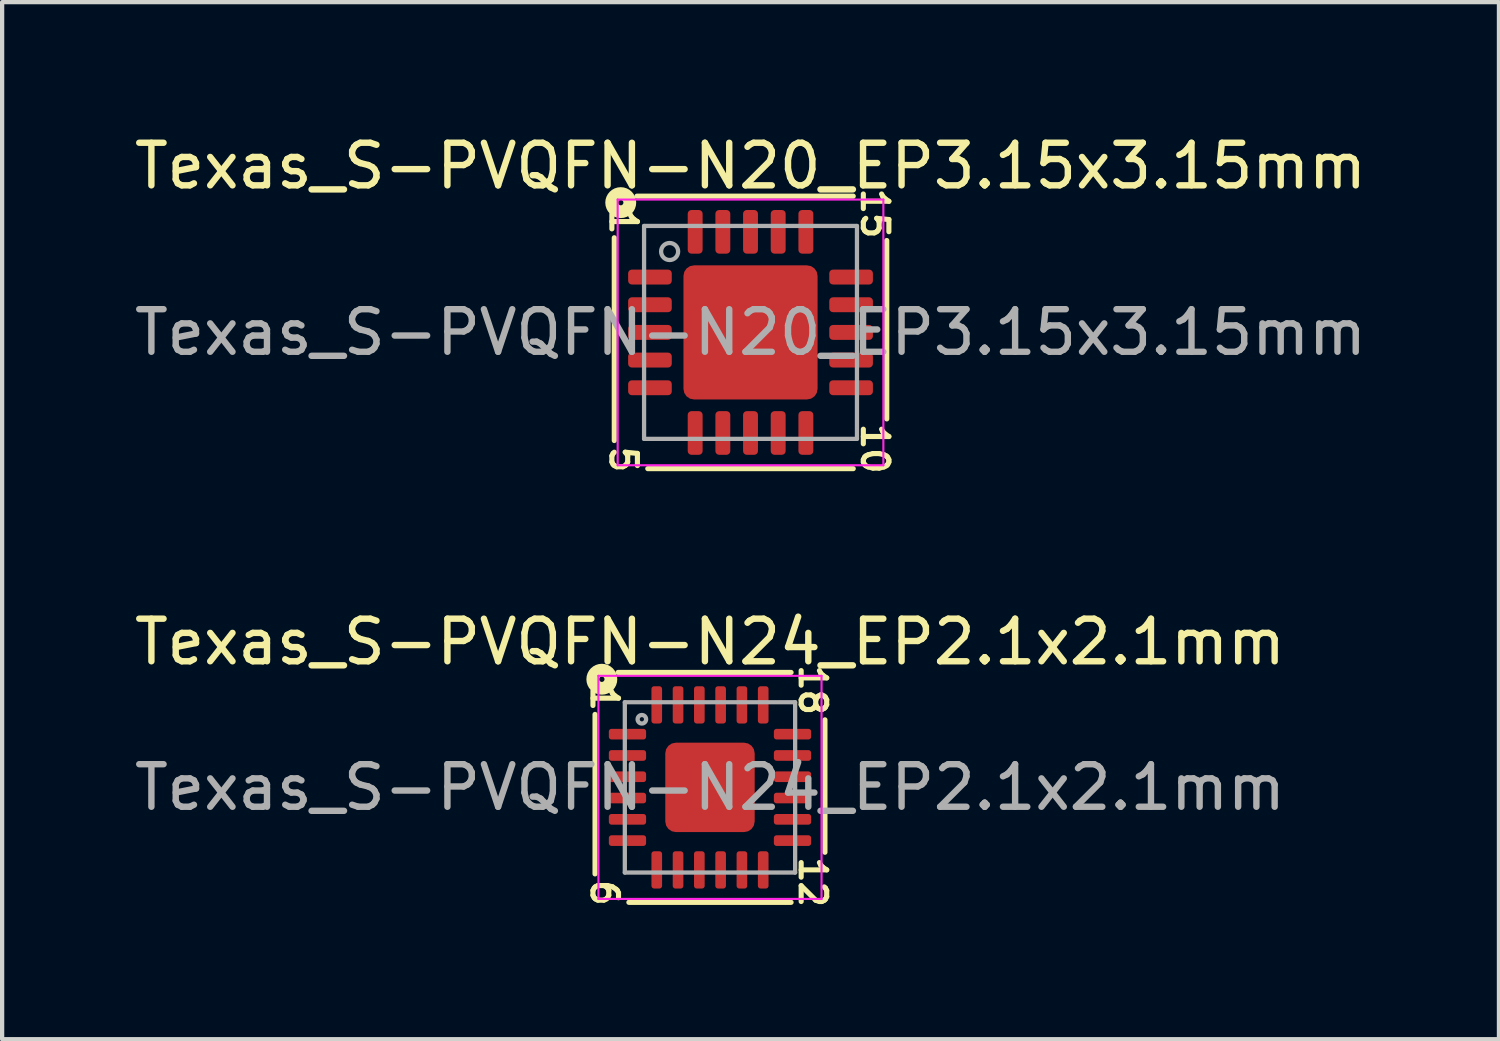
<source format=kicad_pcb>
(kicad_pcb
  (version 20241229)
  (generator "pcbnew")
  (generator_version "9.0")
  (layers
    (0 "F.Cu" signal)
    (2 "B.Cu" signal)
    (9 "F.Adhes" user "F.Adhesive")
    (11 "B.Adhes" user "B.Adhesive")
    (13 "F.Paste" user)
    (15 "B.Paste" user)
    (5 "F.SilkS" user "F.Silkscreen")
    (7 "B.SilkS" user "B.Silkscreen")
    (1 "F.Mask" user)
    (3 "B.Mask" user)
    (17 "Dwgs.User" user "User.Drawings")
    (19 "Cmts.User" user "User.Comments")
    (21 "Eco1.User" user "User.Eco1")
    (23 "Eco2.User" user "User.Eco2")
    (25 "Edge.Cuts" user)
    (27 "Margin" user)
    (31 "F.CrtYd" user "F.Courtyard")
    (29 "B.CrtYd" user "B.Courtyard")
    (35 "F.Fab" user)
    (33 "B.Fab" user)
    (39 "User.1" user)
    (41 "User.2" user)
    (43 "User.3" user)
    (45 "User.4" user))
  (footprint "Texas_S-PVQFN-N20_EP3.15x3.15mm"
    (layer "F.Cu")
    (at 14.577 4.757)
    (property "Reference" "Texas_S-PVQFN-N20_EP3.15x3.15mm" (at 0 -3.909 0) (layer "F.SilkS") (effects (font (size 1 1) (thickness 0.15))))
    (attr smd)
    (fp_line (start -3.2 -2.223) (end -3.2 2.54) (stroke (width 0.12) (type solid)) (layer "F.SilkS"))
    (fp_line (start -2.413 3.2) (end 2.413 3.2) (stroke (width 0.12) (type solid)) (layer "F.SilkS"))
    (fp_line (start 2.413 -3.2) (end -2.667 -3.2) (stroke (width 0.12) (type solid)) (layer "F.SilkS"))
    (fp_line (start 3.2 2.032) (end 3.2 -2.159) (stroke (width 0.12) (type solid)) (layer "F.SilkS"))
    (fp_circle (center -3.048 -3.048) (end -2.985 -3.048) (stroke (width 0.3) (type solid)) (fill no) (layer "F.SilkS"))
    (fp_line (start -3.12 -3.12) (end -3.12 3.12) (stroke (width 0.05) (type solid)) (layer "F.CrtYd"))
    (fp_line (start -3.12 3.12) (end 3.12 3.12) (stroke (width 0.05) (type solid)) (layer "F.CrtYd"))
    (fp_line (start 3.12 -3.12) (end -3.12 -3.12) (stroke (width 0.05) (type solid)) (layer "F.CrtYd"))
    (fp_line (start 3.12 3.12) (end 3.12 -3.12) (stroke (width 0.05) (type solid)) (layer "F.CrtYd"))
    (fp_line (start -2.5 -2.5) (end 2.5 -2.5) (stroke (width 0.1) (type solid)) (layer "F.Fab"))
    (fp_line (start -2.5 2.5) (end -2.5 -2.5) (stroke (width 0.1) (type solid)) (layer "F.Fab"))
    (fp_line (start 2.5 -2.5) (end 2.5 2.5) (stroke (width 0.1) (type solid)) (layer "F.Fab"))
    (fp_line (start 2.5 2.5) (end -2.5 2.5) (stroke (width 0.1) (type solid)) (layer "F.Fab"))
    (fp_circle (center -1.9 -1.9) (end -1.7 -1.9) (stroke (width 0.1) (type solid)) (fill no) (layer "F.Fab"))
    (fp_text user "1" (at -2.985 -2.603 270) (unlocked yes) (layer "F.SilkS") (effects (font (size 0.6 0.6) (thickness 0.12))))
    (fp_text user "10" (at 2.921 2.731 270) (unlocked yes) (layer "F.SilkS") (effects (font (size 0.6 0.6) (thickness 0.12))))
    (fp_text user "5" (at -2.985 2.985 270) (unlocked yes) (layer "F.SilkS") (effects (font (size 0.6 0.6) (thickness 0.12))))
    (fp_text user "15" (at 2.921 -2.794 270) (unlocked yes) (layer "F.SilkS") (effects (font (size 0.6 0.6) (thickness 0.12))))
    (fp_text user "${REFERENCE}" (at 0 0 0) (layer "F.Fab") (effects (font (size 1 1) (thickness 0.15))))
    (pad "" smd roundrect (at -0.79 -0.79) (size 1.27 1.27) (layers "F.Paste") (roundrect_rratio 0.197))
    (pad "" smd roundrect (at -0.79 0.79) (size 1.27 1.27) (layers "F.Paste") (roundrect_rratio 0.197))
    (pad "" smd roundrect (at 0.79 -0.79) (size 1.27 1.27) (layers "F.Paste") (roundrect_rratio 0.197))
    (pad "" smd roundrect (at 0.79 0.79) (size 1.27 1.27) (layers "F.Paste") (roundrect_rratio 0.197))
    (pad "1" smd roundrect (at -2.362 -1.3) (size 1.025 0.35) (layers "F.Cu" "F.Mask" "F.Paste") (roundrect_rratio 0.25))
    (pad "2" smd roundrect (at -2.362 -0.65) (size 1.025 0.35) (layers "F.Cu" "F.Mask" "F.Paste") (roundrect_rratio 0.25))
    (pad "3" smd roundrect (at -2.362 0) (size 1.025 0.35) (layers "F.Cu" "F.Mask" "F.Paste") (roundrect_rratio 0.25))
    (pad "4" smd roundrect (at -2.362 0.65) (size 1.025 0.35) (layers "F.Cu" "F.Mask" "F.Paste") (roundrect_rratio 0.25))
    (pad "5" smd roundrect (at -2.362 1.3) (size 1.025 0.35) (layers "F.Cu" "F.Mask" "F.Paste") (roundrect_rratio 0.25))
    (pad "6" smd roundrect (at -1.3 2.362) (size 0.35 1.025) (layers "F.Cu" "F.Mask" "F.Paste") (roundrect_rratio 0.25))
    (pad "7" smd roundrect (at -0.65 2.362) (size 0.35 1.025) (layers "F.Cu" "F.Mask" "F.Paste") (roundrect_rratio 0.25))
    (pad "8" smd roundrect (at 0 2.362) (size 0.35 1.025) (layers "F.Cu" "F.Mask" "F.Paste") (roundrect_rratio 0.25))
    (pad "9" smd roundrect (at 0.65 2.362) (size 0.35 1.025) (layers "F.Cu" "F.Mask" "F.Paste") (roundrect_rratio 0.25))
    (pad "10" smd roundrect (at 1.3 2.362) (size 0.35 1.025) (layers "F.Cu" "F.Mask" "F.Paste") (roundrect_rratio 0.25))
    (pad "11" smd roundrect (at 2.362 1.3) (size 1.025 0.35) (layers "F.Cu" "F.Mask" "F.Paste") (roundrect_rratio 0.25))
    (pad "12" smd roundrect (at 2.362 0.65) (size 1.025 0.35) (layers "F.Cu" "F.Mask" "F.Paste") (roundrect_rratio 0.25))
    (pad "13" smd roundrect (at 2.362 0) (size 1.025 0.35) (layers "F.Cu" "F.Mask" "F.Paste") (roundrect_rratio 0.25))
    (pad "14" smd roundrect (at 2.362 -0.65) (size 1.025 0.35) (layers "F.Cu" "F.Mask" "F.Paste") (roundrect_rratio 0.25))
    (pad "15" smd roundrect (at 2.362 -1.3) (size 1.025 0.35) (layers "F.Cu" "F.Mask" "F.Paste") (roundrect_rratio 0.25))
    (pad "16" smd roundrect (at 1.3 -2.362) (size 0.35 1.025) (layers "F.Cu" "F.Mask" "F.Paste") (roundrect_rratio 0.25))
    (pad "17" smd roundrect (at 0.65 -2.362) (size 0.35 1.025) (layers "F.Cu" "F.Mask" "F.Paste") (roundrect_rratio 0.25))
    (pad "18" smd roundrect (at 0 -2.362) (size 0.35 1.025) (layers "F.Cu" "F.Mask" "F.Paste") (roundrect_rratio 0.25))
    (pad "19" smd roundrect (at -0.65 -2.362) (size 0.35 1.025) (layers "F.Cu" "F.Mask" "F.Paste") (roundrect_rratio 0.25))
    (pad "20" smd roundrect (at -1.3 -2.362) (size 0.35 1.025) (layers "F.Cu" "F.Mask" "F.Paste") (roundrect_rratio 0.25))
    (pad "21" smd roundrect (at 0 0) (size 3.15 3.15) (layers "F.Cu" "F.Mask") (roundrect_rratio 0.079)))
  (footprint "Texas_S-PVQFN-N24_EP2.1x2.1mm"
    (layer "F.Cu")
    (at 13.625 15.443)
    (property "Reference" "Texas_S-PVQFN-N24_EP2.1x2.1mm" (at 0 -3.417 0) (layer "F.SilkS") (effects (font (size 1 1) (thickness 0.15))))
    (attr smd)
    (fp_line (start -2.7 -1.714) (end -2.7 2.032) (stroke (width 0.12) (type solid)) (layer "F.SilkS"))
    (fp_line (start -1.905 2.7) (end 1.905 2.7) (stroke (width 0.12) (type solid)) (layer "F.SilkS"))
    (fp_line (start 1.905 -2.7) (end -2.159 -2.7) (stroke (width 0.12) (type solid)) (layer "F.SilkS"))
    (fp_line (start 2.7 1.524) (end 2.7 -1.587) (stroke (width 0.12) (type solid)) (layer "F.SilkS"))
    (fp_circle (center -2.54 -2.54) (end -2.477 -2.54) (stroke (width 0.3) (type solid)) (fill no) (layer "F.SilkS"))
    (fp_line (start -2.62 -2.62) (end -2.62 2.62) (stroke (width 0.05) (type solid)) (layer "F.CrtYd"))
    (fp_line (start -2.62 2.62) (end 2.62 2.62) (stroke (width 0.05) (type solid)) (layer "F.CrtYd"))
    (fp_line (start 2.62 -2.62) (end -2.62 -2.62) (stroke (width 0.05) (type solid)) (layer "F.CrtYd"))
    (fp_line (start 2.62 2.62) (end 2.62 -2.62) (stroke (width 0.05) (type solid)) (layer "F.CrtYd"))
    (fp_line (start -2 -2) (end 2 -2) (stroke (width 0.1) (type solid)) (layer "F.Fab"))
    (fp_line (start -2 2) (end -2 -2) (stroke (width 0.1) (type solid)) (layer "F.Fab"))
    (fp_line (start 2 -2) (end 2 2) (stroke (width 0.1) (type solid)) (layer "F.Fab"))
    (fp_line (start 2 2) (end -2 2) (stroke (width 0.1) (type solid)) (layer "F.Fab"))
    (fp_circle (center -1.6 -1.6) (end -1.5 -1.6) (stroke (width 0.1) (type solid)) (fill no) (layer "F.Fab"))
    (fp_text user "1" (at -2.477 -2.095 270) (unlocked yes) (layer "F.SilkS") (effects (font (size 0.6 0.6) (thickness 0.12))))
    (fp_text user "6" (at -2.477 2.477 270) (unlocked yes) (layer "F.SilkS") (effects (font (size 0.6 0.6) (thickness 0.12))))
    (fp_text user "12" (at 2.413 2.223 270) (unlocked yes) (layer "F.SilkS") (effects (font (size 0.6 0.6) (thickness 0.12))))
    (fp_text user "18" (at 2.413 -2.286 270) (unlocked yes) (layer "F.SilkS") (effects (font (size 0.6 0.6) (thickness 0.12))))
    (fp_text user "${REFERENCE}" (at 0 0 0) (layer "F.Fab") (effects (font (size 1 1) (thickness 0.15))))
    (pad "" smd roundrect (at -0.525 -0.525) (size 0.85 0.85) (layers "F.Paste") (roundrect_rratio 0.25))
    (pad "" smd roundrect (at -0.525 0.525) (size 0.85 0.85) (layers "F.Paste") (roundrect_rratio 0.25))
    (pad "" smd roundrect (at 0.525 -0.525) (size 0.85 0.85) (layers "F.Paste") (roundrect_rratio 0.25))
    (pad "" smd roundrect (at 0.525 0.525) (size 0.85 0.85) (layers "F.Paste") (roundrect_rratio 0.25))
    (pad "1" smd roundrect (at -1.938 -1.25) (size 0.875 0.25) (layers "F.Cu" "F.Mask" "F.Paste") (roundrect_rratio 0.25))
    (pad "2" smd roundrect (at -1.938 -0.75) (size 0.875 0.25) (layers "F.Cu" "F.Mask" "F.Paste") (roundrect_rratio 0.25))
    (pad "3" smd roundrect (at -1.938 -0.25) (size 0.875 0.25) (layers "F.Cu" "F.Mask" "F.Paste") (roundrect_rratio 0.25))
    (pad "4" smd roundrect (at -1.938 0.25) (size 0.875 0.25) (layers "F.Cu" "F.Mask" "F.Paste") (roundrect_rratio 0.25))
    (pad "5" smd roundrect (at -1.938 0.75) (size 0.875 0.25) (layers "F.Cu" "F.Mask" "F.Paste") (roundrect_rratio 0.25))
    (pad "6" smd roundrect (at -1.938 1.25) (size 0.875 0.25) (layers "F.Cu" "F.Mask" "F.Paste") (roundrect_rratio 0.25))
    (pad "7" smd roundrect (at -1.25 1.938) (size 0.25 0.875) (layers "F.Cu" "F.Mask" "F.Paste") (roundrect_rratio 0.25))
    (pad "8" smd roundrect (at -0.75 1.938) (size 0.25 0.875) (layers "F.Cu" "F.Mask" "F.Paste") (roundrect_rratio 0.25))
    (pad "9" smd roundrect (at -0.25 1.938) (size 0.25 0.875) (layers "F.Cu" "F.Mask" "F.Paste") (roundrect_rratio 0.25))
    (pad "10" smd roundrect (at 0.25 1.938) (size 0.25 0.875) (layers "F.Cu" "F.Mask" "F.Paste") (roundrect_rratio 0.25))
    (pad "11" smd roundrect (at 0.75 1.938) (size 0.25 0.875) (layers "F.Cu" "F.Mask" "F.Paste") (roundrect_rratio 0.25))
    (pad "12" smd roundrect (at 1.25 1.938) (size 0.25 0.875) (layers "F.Cu" "F.Mask" "F.Paste") (roundrect_rratio 0.25))
    (pad "13" smd roundrect (at 1.938 1.25) (size 0.875 0.25) (layers "F.Cu" "F.Mask" "F.Paste") (roundrect_rratio 0.25))
    (pad "14" smd roundrect (at 1.938 0.75) (size 0.875 0.25) (layers "F.Cu" "F.Mask" "F.Paste") (roundrect_rratio 0.25))
    (pad "15" smd roundrect (at 1.938 0.25) (size 0.875 0.25) (layers "F.Cu" "F.Mask" "F.Paste") (roundrect_rratio 0.25))
    (pad "16" smd roundrect (at 1.938 -0.25) (size 0.875 0.25) (layers "F.Cu" "F.Mask" "F.Paste") (roundrect_rratio 0.25))
    (pad "17" smd roundrect (at 1.938 -0.75) (size 0.875 0.25) (layers "F.Cu" "F.Mask" "F.Paste") (roundrect_rratio 0.25))
    (pad "18" smd roundrect (at 1.938 -1.25) (size 0.875 0.25) (layers "F.Cu" "F.Mask" "F.Paste") (roundrect_rratio 0.25))
    (pad "19" smd roundrect (at 1.25 -1.938) (size 0.25 0.875) (layers "F.Cu" "F.Mask" "F.Paste") (roundrect_rratio 0.25))
    (pad "20" smd roundrect (at 0.75 -1.938) (size 0.25 0.875) (layers "F.Cu" "F.Mask" "F.Paste") (roundrect_rratio 0.25))
    (pad "21" smd roundrect (at 0.25 -1.938) (size 0.25 0.875) (layers "F.Cu" "F.Mask" "F.Paste") (roundrect_rratio 0.25))
    (pad "22" smd roundrect (at -0.25 -1.938) (size 0.25 0.875) (layers "F.Cu" "F.Mask" "F.Paste") (roundrect_rratio 0.25))
    (pad "23" smd roundrect (at -0.75 -1.938) (size 0.25 0.875) (layers "F.Cu" "F.Mask" "F.Paste") (roundrect_rratio 0.25))
    (pad "24" smd roundrect (at -1.25 -1.938) (size 0.25 0.875) (layers "F.Cu" "F.Mask" "F.Paste") (roundrect_rratio 0.25))
    (pad "25" smd roundrect (at 0 0) (size 2.1 2.1) (layers "F.Cu" "F.Mask") (roundrect_rratio 0.119)))
  (gr_rect
    (start -3 -3)
    (end 32.155 21.357)
    (stroke (width 0.1) (type default))
    (fill no)
    (layer "Edge.Cuts")))
</source>
